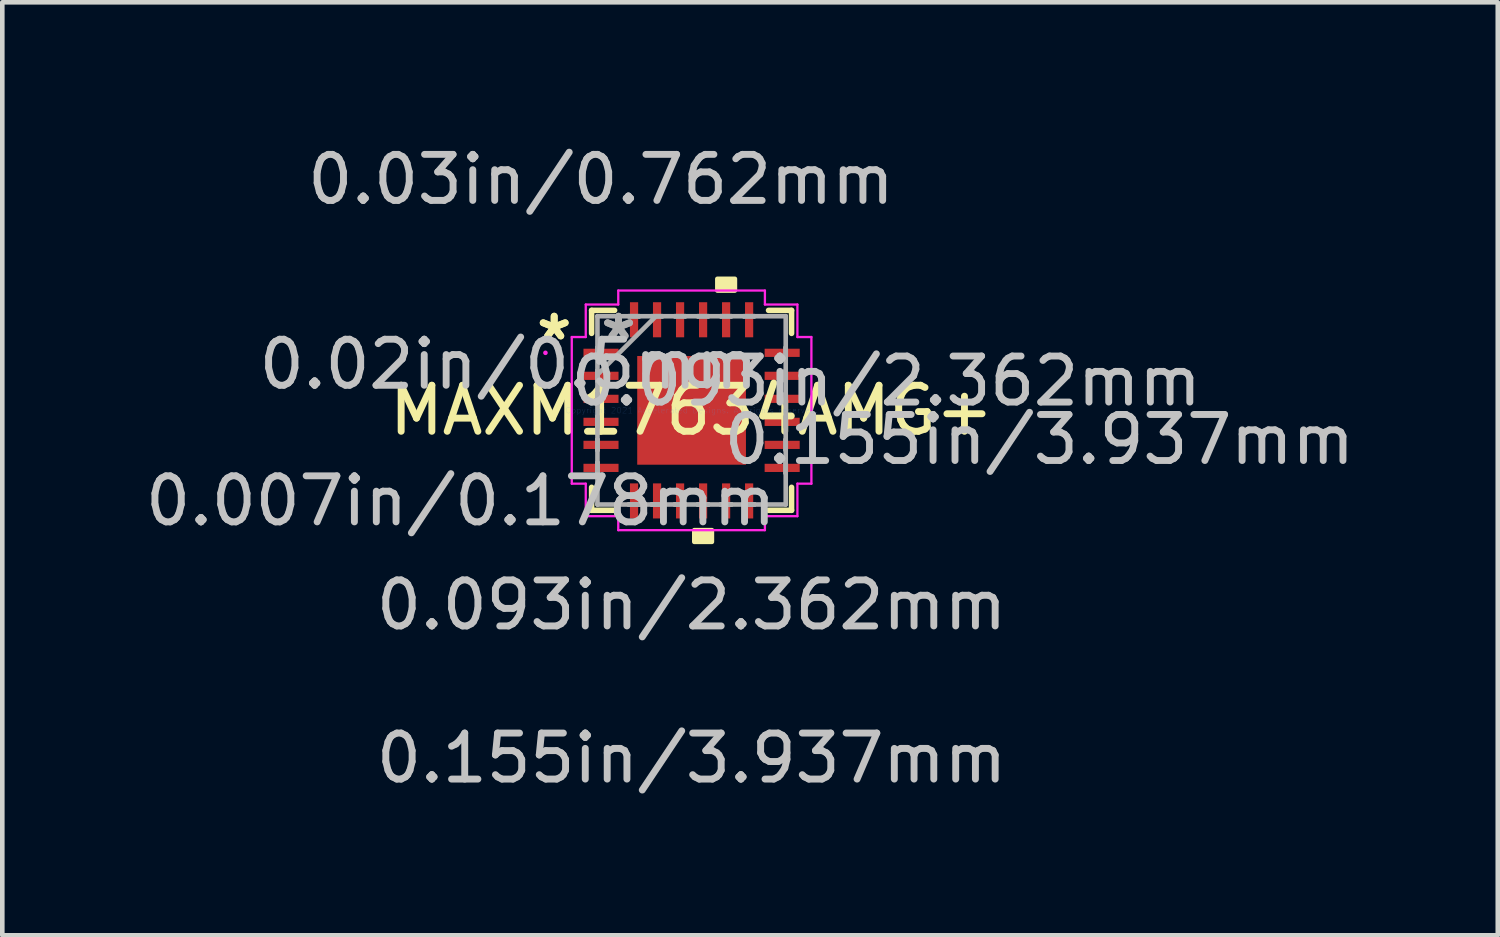
<source format=kicad_pcb>
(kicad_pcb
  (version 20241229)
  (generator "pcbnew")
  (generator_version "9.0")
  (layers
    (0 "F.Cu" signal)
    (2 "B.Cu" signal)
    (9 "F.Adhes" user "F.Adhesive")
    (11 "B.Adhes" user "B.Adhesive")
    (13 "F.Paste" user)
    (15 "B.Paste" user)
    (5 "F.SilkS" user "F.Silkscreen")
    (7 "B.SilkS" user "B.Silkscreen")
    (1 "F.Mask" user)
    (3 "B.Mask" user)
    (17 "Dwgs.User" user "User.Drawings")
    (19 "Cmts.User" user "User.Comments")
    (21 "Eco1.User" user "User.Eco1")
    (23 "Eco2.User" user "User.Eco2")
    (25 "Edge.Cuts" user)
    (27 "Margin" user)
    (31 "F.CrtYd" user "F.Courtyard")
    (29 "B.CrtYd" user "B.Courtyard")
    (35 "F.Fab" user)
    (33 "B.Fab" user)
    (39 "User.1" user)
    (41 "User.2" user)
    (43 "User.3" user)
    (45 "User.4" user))
  (footprint "MAXM17634AMG+"
    (layer "F.Cu")
    (at 11.975 5.865)
    (property "Reference" "MAXM17634AMG+" (at 0 0 0) (layer "F.SilkS") (effects (font (size 1 1) (thickness 0.15))))
    (attr through_hole)
    (fp_line (start -2.172 -2.172) (end -2.172 -1.672) (stroke (width 0.12) (type solid)) (layer "F.SilkS"))
    (fp_line (start -2.172 1.672) (end -2.172 2.172) (stroke (width 0.12) (type solid)) (layer "F.SilkS"))
    (fp_line (start -2.172 2.172) (end -1.672 2.172) (stroke (width 0.12) (type solid)) (layer "F.SilkS"))
    (fp_line (start -1.672 -2.172) (end -2.172 -2.172) (stroke (width 0.12) (type solid)) (layer "F.SilkS"))
    (fp_line (start 1.672 2.172) (end 2.172 2.172) (stroke (width 0.12) (type solid)) (layer "F.SilkS"))
    (fp_line (start 2.172 -2.172) (end 1.672 -2.172) (stroke (width 0.12) (type solid)) (layer "F.SilkS"))
    (fp_line (start 2.172 -1.672) (end 2.172 -2.172) (stroke (width 0.12) (type solid)) (layer "F.SilkS"))
    (fp_line (start 2.172 2.172) (end 2.172 1.672) (stroke (width 0.12) (type solid)) (layer "F.SilkS"))
    (fp_poly (pts (xy 0.059 2.603) (xy 0.059 2.857) (xy 0.441 2.857) (xy 0.441 2.603)) (stroke (width 0.1) (type solid)) (fill yes) (layer "F.SilkS"))
    (fp_poly (pts (xy 0.56 -2.603) (xy 0.56 -2.857) (xy 0.941 -2.857) (xy 0.941 -2.603)) (stroke (width 0.1) (type solid)) (fill yes) (layer "F.SilkS"))
    (fp_line (start -2.603 -1.593) (end -2.299 -1.593) (stroke (width 0.05) (type solid)) (layer "F.CrtYd"))
    (fp_line (start -2.603 1.593) (end -2.603 -1.593) (stroke (width 0.05) (type solid)) (layer "F.CrtYd"))
    (fp_line (start -2.299 -2.299) (end -1.593 -2.299) (stroke (width 0.05) (type solid)) (layer "F.CrtYd"))
    (fp_line (start -2.299 -1.593) (end -2.299 -2.299) (stroke (width 0.05) (type solid)) (layer "F.CrtYd"))
    (fp_line (start -2.299 1.593) (end -2.603 1.593) (stroke (width 0.05) (type solid)) (layer "F.CrtYd"))
    (fp_line (start -2.299 2.299) (end -2.299 1.593) (stroke (width 0.05) (type solid)) (layer "F.CrtYd"))
    (fp_line (start -1.593 -2.603) (end 1.593 -2.603) (stroke (width 0.05) (type solid)) (layer "F.CrtYd"))
    (fp_line (start -1.593 -2.299) (end -1.593 -2.603) (stroke (width 0.05) (type solid)) (layer "F.CrtYd"))
    (fp_line (start -1.593 2.299) (end -2.299 2.299) (stroke (width 0.05) (type solid)) (layer "F.CrtYd"))
    (fp_line (start -1.593 2.603) (end -1.593 2.299) (stroke (width 0.05) (type solid)) (layer "F.CrtYd"))
    (fp_line (start 1.593 -2.603) (end 1.593 -2.299) (stroke (width 0.05) (type solid)) (layer "F.CrtYd"))
    (fp_line (start 1.593 -2.299) (end 2.299 -2.299) (stroke (width 0.05) (type solid)) (layer "F.CrtYd"))
    (fp_line (start 1.593 2.299) (end 1.593 2.603) (stroke (width 0.05) (type solid)) (layer "F.CrtYd"))
    (fp_line (start 1.593 2.603) (end -1.593 2.603) (stroke (width 0.05) (type solid)) (layer "F.CrtYd"))
    (fp_line (start 2.299 -2.299) (end 2.299 -1.593) (stroke (width 0.05) (type solid)) (layer "F.CrtYd"))
    (fp_line (start 2.299 -1.593) (end 2.603 -1.593) (stroke (width 0.05) (type solid)) (layer "F.CrtYd"))
    (fp_line (start 2.299 1.593) (end 2.299 2.299) (stroke (width 0.05) (type solid)) (layer "F.CrtYd"))
    (fp_line (start 2.299 2.299) (end 1.593 2.299) (stroke (width 0.05) (type solid)) (layer "F.CrtYd"))
    (fp_line (start 2.603 -1.593) (end 2.603 1.593) (stroke (width 0.05) (type solid)) (layer "F.CrtYd"))
    (fp_line (start 2.603 1.593) (end 2.299 1.593) (stroke (width 0.05) (type solid)) (layer "F.CrtYd"))
    (fp_circle (center -3.175 -1.25) (end -3.175 -1.25) (stroke (width 0.05) (type solid)) (fill no) (layer "F.CrtYd"))
    (fp_line (start -2.045 -2.045) (end -2.045 -2.045) (stroke (width 0.1) (type solid)) (layer "F.Fab"))
    (fp_line (start -2.045 -2.045) (end -2.045 2.045) (stroke (width 0.1) (type solid)) (layer "F.Fab"))
    (fp_line (start -2.045 -1.364) (end -2.045 -1.364) (stroke (width 0.1) (type solid)) (layer "F.Fab"))
    (fp_line (start -2.045 -1.364) (end -2.045 -1.136) (stroke (width 0.1) (type solid)) (layer "F.Fab"))
    (fp_line (start -2.045 -1.136) (end -2.045 -1.364) (stroke (width 0.1) (type solid)) (layer "F.Fab"))
    (fp_line (start -2.045 -1.136) (end -2.045 -1.136) (stroke (width 0.1) (type solid)) (layer "F.Fab"))
    (fp_line (start -2.045 -0.864) (end -2.045 -0.864) (stroke (width 0.1) (type solid)) (layer "F.Fab"))
    (fp_line (start -2.045 -0.864) (end -2.045 -0.636) (stroke (width 0.1) (type solid)) (layer "F.Fab"))
    (fp_line (start -2.045 -0.775) (end -0.775 -2.045) (stroke (width 0.1) (type solid)) (layer "F.Fab"))
    (fp_line (start -2.045 -0.636) (end -2.045 -0.864) (stroke (width 0.1) (type solid)) (layer "F.Fab"))
    (fp_line (start -2.045 -0.636) (end -2.045 -0.636) (stroke (width 0.1) (type solid)) (layer "F.Fab"))
    (fp_line (start -2.045 -0.364) (end -2.045 -0.364) (stroke (width 0.1) (type solid)) (layer "F.Fab"))
    (fp_line (start -2.045 -0.364) (end -2.045 -0.136) (stroke (width 0.1) (type solid)) (layer "F.Fab"))
    (fp_line (start -2.045 -0.136) (end -2.045 -0.364) (stroke (width 0.1) (type solid)) (layer "F.Fab"))
    (fp_line (start -2.045 -0.136) (end -2.045 -0.136) (stroke (width 0.1) (type solid)) (layer "F.Fab"))
    (fp_line (start -2.045 0.136) (end -2.045 0.136) (stroke (width 0.1) (type solid)) (layer "F.Fab"))
    (fp_line (start -2.045 0.136) (end -2.045 0.364) (stroke (width 0.1) (type solid)) (layer "F.Fab"))
    (fp_line (start -2.045 0.364) (end -2.045 0.136) (stroke (width 0.1) (type solid)) (layer "F.Fab"))
    (fp_line (start -2.045 0.364) (end -2.045 0.364) (stroke (width 0.1) (type solid)) (layer "F.Fab"))
    (fp_line (start -2.045 0.636) (end -2.045 0.636) (stroke (width 0.1) (type solid)) (layer "F.Fab"))
    (fp_line (start -2.045 0.636) (end -2.045 0.864) (stroke (width 0.1) (type solid)) (layer "F.Fab"))
    (fp_line (start -2.045 0.864) (end -2.045 0.636) (stroke (width 0.1) (type solid)) (layer "F.Fab"))
    (fp_line (start -2.045 0.864) (end -2.045 0.864) (stroke (width 0.1) (type solid)) (layer "F.Fab"))
    (fp_line (start -2.045 1.136) (end -2.045 1.136) (stroke (width 0.1) (type solid)) (layer "F.Fab"))
    (fp_line (start -2.045 1.136) (end -2.045 1.364) (stroke (width 0.1) (type solid)) (layer "F.Fab"))
    (fp_line (start -2.045 1.364) (end -2.045 1.136) (stroke (width 0.1) (type solid)) (layer "F.Fab"))
    (fp_line (start -2.045 1.364) (end -2.045 1.364) (stroke (width 0.1) (type solid)) (layer "F.Fab"))
    (fp_line (start -2.045 2.045) (end -2.045 2.045) (stroke (width 0.1) (type solid)) (layer "F.Fab"))
    (fp_line (start -2.045 2.045) (end 2.045 2.045) (stroke (width 0.1) (type solid)) (layer "F.Fab"))
    (fp_line (start -1.364 -2.045) (end -1.364 -2.045) (stroke (width 0.1) (type solid)) (layer "F.Fab"))
    (fp_line (start -1.364 -2.045) (end -1.136 -2.045) (stroke (width 0.1) (type solid)) (layer "F.Fab"))
    (fp_line (start -1.364 2.045) (end -1.364 2.045) (stroke (width 0.1) (type solid)) (layer "F.Fab"))
    (fp_line (start -1.364 2.045) (end -1.136 2.045) (stroke (width 0.1) (type solid)) (layer "F.Fab"))
    (fp_line (start -1.136 -2.045) (end -1.364 -2.045) (stroke (width 0.1) (type solid)) (layer "F.Fab"))
    (fp_line (start -1.136 -2.045) (end -1.136 -2.045) (stroke (width 0.1) (type solid)) (layer "F.Fab"))
    (fp_line (start -1.136 2.045) (end -1.364 2.045) (stroke (width 0.1) (type solid)) (layer "F.Fab"))
    (fp_line (start -1.136 2.045) (end -1.136 2.045) (stroke (width 0.1) (type solid)) (layer "F.Fab"))
    (fp_line (start -0.864 -2.045) (end -0.864 -2.045) (stroke (width 0.1) (type solid)) (layer "F.Fab"))
    (fp_line (start -0.864 -2.045) (end -0.636 -2.045) (stroke (width 0.1) (type solid)) (layer "F.Fab"))
    (fp_line (start -0.864 2.045) (end -0.864 2.045) (stroke (width 0.1) (type solid)) (layer "F.Fab"))
    (fp_line (start -0.864 2.045) (end -0.636 2.045) (stroke (width 0.1) (type solid)) (layer "F.Fab"))
    (fp_line (start -0.636 -2.045) (end -0.864 -2.045) (stroke (width 0.1) (type solid)) (layer "F.Fab"))
    (fp_line (start -0.636 -2.045) (end -0.636 -2.045) (stroke (width 0.1) (type solid)) (layer "F.Fab"))
    (fp_line (start -0.636 2.045) (end -0.864 2.045) (stroke (width 0.1) (type solid)) (layer "F.Fab"))
    (fp_line (start -0.636 2.045) (end -0.636 2.045) (stroke (width 0.1) (type solid)) (layer "F.Fab"))
    (fp_line (start -0.364 -2.045) (end -0.364 -2.045) (stroke (width 0.1) (type solid)) (layer "F.Fab"))
    (fp_line (start -0.364 -2.045) (end -0.136 -2.045) (stroke (width 0.1) (type solid)) (layer "F.Fab"))
    (fp_line (start -0.364 2.045) (end -0.364 2.045) (stroke (width 0.1) (type solid)) (layer "F.Fab"))
    (fp_line (start -0.364 2.045) (end -0.136 2.045) (stroke (width 0.1) (type solid)) (layer "F.Fab"))
    (fp_line (start -0.136 -2.045) (end -0.364 -2.045) (stroke (width 0.1) (type solid)) (layer "F.Fab"))
    (fp_line (start -0.136 -2.045) (end -0.136 -2.045) (stroke (width 0.1) (type solid)) (layer "F.Fab"))
    (fp_line (start -0.136 2.045) (end -0.364 2.045) (stroke (width 0.1) (type solid)) (layer "F.Fab"))
    (fp_line (start -0.136 2.045) (end -0.136 2.045) (stroke (width 0.1) (type solid)) (layer "F.Fab"))
    (fp_line (start 0.136 -2.045) (end 0.136 -2.045) (stroke (width 0.1) (type solid)) (layer "F.Fab"))
    (fp_line (start 0.136 -2.045) (end 0.364 -2.045) (stroke (width 0.1) (type solid)) (layer "F.Fab"))
    (fp_line (start 0.136 2.045) (end 0.136 2.045) (stroke (width 0.1) (type solid)) (layer "F.Fab"))
    (fp_line (start 0.136 2.045) (end 0.364 2.045) (stroke (width 0.1) (type solid)) (layer "F.Fab"))
    (fp_line (start 0.364 -2.045) (end 0.136 -2.045) (stroke (width 0.1) (type solid)) (layer "F.Fab"))
    (fp_line (start 0.364 -2.045) (end 0.364 -2.045) (stroke (width 0.1) (type solid)) (layer "F.Fab"))
    (fp_line (start 0.364 2.045) (end 0.136 2.045) (stroke (width 0.1) (type solid)) (layer "F.Fab"))
    (fp_line (start 0.364 2.045) (end 0.364 2.045) (stroke (width 0.1) (type solid)) (layer "F.Fab"))
    (fp_line (start 0.636 -2.045) (end 0.636 -2.045) (stroke (width 0.1) (type solid)) (layer "F.Fab"))
    (fp_line (start 0.636 -2.045) (end 0.864 -2.045) (stroke (width 0.1) (type solid)) (layer "F.Fab"))
    (fp_line (start 0.636 2.045) (end 0.636 2.045) (stroke (width 0.1) (type solid)) (layer "F.Fab"))
    (fp_line (start 0.636 2.045) (end 0.864 2.045) (stroke (width 0.1) (type solid)) (layer "F.Fab"))
    (fp_line (start 0.864 -2.045) (end 0.636 -2.045) (stroke (width 0.1) (type solid)) (layer "F.Fab"))
    (fp_line (start 0.864 -2.045) (end 0.864 -2.045) (stroke (width 0.1) (type solid)) (layer "F.Fab"))
    (fp_line (start 0.864 2.045) (end 0.636 2.045) (stroke (width 0.1) (type solid)) (layer "F.Fab"))
    (fp_line (start 0.864 2.045) (end 0.864 2.045) (stroke (width 0.1) (type solid)) (layer "F.Fab"))
    (fp_line (start 1.136 -2.045) (end 1.136 -2.045) (stroke (width 0.1) (type solid)) (layer "F.Fab"))
    (fp_line (start 1.136 -2.045) (end 1.364 -2.045) (stroke (width 0.1) (type solid)) (layer "F.Fab"))
    (fp_line (start 1.136 2.045) (end 1.136 2.045) (stroke (width 0.1) (type solid)) (layer "F.Fab"))
    (fp_line (start 1.136 2.045) (end 1.364 2.045) (stroke (width 0.1) (type solid)) (layer "F.Fab"))
    (fp_line (start 1.364 -2.045) (end 1.136 -2.045) (stroke (width 0.1) (type solid)) (layer "F.Fab"))
    (fp_line (start 1.364 -2.045) (end 1.364 -2.045) (stroke (width 0.1) (type solid)) (layer "F.Fab"))
    (fp_line (start 1.364 2.045) (end 1.136 2.045) (stroke (width 0.1) (type solid)) (layer "F.Fab"))
    (fp_line (start 1.364 2.045) (end 1.364 2.045) (stroke (width 0.1) (type solid)) (layer "F.Fab"))
    (fp_line (start 2.045 -2.045) (end -2.045 -2.045) (stroke (width 0.1) (type solid)) (layer "F.Fab"))
    (fp_line (start 2.045 -2.045) (end 2.045 -2.045) (stroke (width 0.1) (type solid)) (layer "F.Fab"))
    (fp_line (start 2.045 -1.364) (end 2.045 -1.364) (stroke (width 0.1) (type solid)) (layer "F.Fab"))
    (fp_line (start 2.045 -1.364) (end 2.045 -1.136) (stroke (width 0.1) (type solid)) (layer "F.Fab"))
    (fp_line (start 2.045 -1.136) (end 2.045 -1.364) (stroke (width 0.1) (type solid)) (layer "F.Fab"))
    (fp_line (start 2.045 -1.136) (end 2.045 -1.136) (stroke (width 0.1) (type solid)) (layer "F.Fab"))
    (fp_line (start 2.045 -0.864) (end 2.045 -0.864) (stroke (width 0.1) (type solid)) (layer "F.Fab"))
    (fp_line (start 2.045 -0.864) (end 2.045 -0.636) (stroke (width 0.1) (type solid)) (layer "F.Fab"))
    (fp_line (start 2.045 -0.636) (end 2.045 -0.864) (stroke (width 0.1) (type solid)) (layer "F.Fab"))
    (fp_line (start 2.045 -0.636) (end 2.045 -0.636) (stroke (width 0.1) (type solid)) (layer "F.Fab"))
    (fp_line (start 2.045 -0.364) (end 2.045 -0.364) (stroke (width 0.1) (type solid)) (layer "F.Fab"))
    (fp_line (start 2.045 -0.364) (end 2.045 -0.136) (stroke (width 0.1) (type solid)) (layer "F.Fab"))
    (fp_line (start 2.045 -0.136) (end 2.045 -0.364) (stroke (width 0.1) (type solid)) (layer "F.Fab"))
    (fp_line (start 2.045 -0.136) (end 2.045 -0.136) (stroke (width 0.1) (type solid)) (layer "F.Fab"))
    (fp_line (start 2.045 0.136) (end 2.045 0.136) (stroke (width 0.1) (type solid)) (layer "F.Fab"))
    (fp_line (start 2.045 0.136) (end 2.045 0.364) (stroke (width 0.1) (type solid)) (layer "F.Fab"))
    (fp_line (start 2.045 0.364) (end 2.045 0.136) (stroke (width 0.1) (type solid)) (layer "F.Fab"))
    (fp_line (start 2.045 0.364) (end 2.045 0.364) (stroke (width 0.1) (type solid)) (layer "F.Fab"))
    (fp_line (start 2.045 0.636) (end 2.045 0.636) (stroke (width 0.1) (type solid)) (layer "F.Fab"))
    (fp_line (start 2.045 0.636) (end 2.045 0.864) (stroke (width 0.1) (type solid)) (layer "F.Fab"))
    (fp_line (start 2.045 0.864) (end 2.045 0.636) (stroke (width 0.1) (type solid)) (layer "F.Fab"))
    (fp_line (start 2.045 0.864) (end 2.045 0.864) (stroke (width 0.1) (type solid)) (layer "F.Fab"))
    (fp_line (start 2.045 1.136) (end 2.045 1.136) (stroke (width 0.1) (type solid)) (layer "F.Fab"))
    (fp_line (start 2.045 1.136) (end 2.045 1.364) (stroke (width 0.1) (type solid)) (layer "F.Fab"))
    (fp_line (start 2.045 1.364) (end 2.045 1.136) (stroke (width 0.1) (type solid)) (layer "F.Fab"))
    (fp_line (start 2.045 1.364) (end 2.045 1.364) (stroke (width 0.1) (type solid)) (layer "F.Fab"))
    (fp_line (start 2.045 2.045) (end 2.045 -2.045) (stroke (width 0.1) (type solid)) (layer "F.Fab"))
    (fp_line (start 2.045 2.045) (end 2.045 2.045) (stroke (width 0.1) (type solid)) (layer "F.Fab"))
    (fp_text user "*" (at -2.985 -1.5 0) (layer "F.SilkS") (effects (font (size 1 1) (thickness 0.15))))
    (fp_text user "*" (at -2.985 -1.5 0) (layer "F.SilkS") (effects (font (size 1 1) (thickness 0.15))))
    (fp_text user "0.093in/2.362mm" (at 4.229 -0.635 0) (layer "Dwgs.User") (effects (font (size 1 1) (thickness 0.15))))
    (fp_text user "0.007in/0.178mm" (at -5.016 1.968 0) (layer "Dwgs.User") (effects (font (size 1 1) (thickness 0.15))))
    (fp_text user "0.155in/3.937mm" (at 7.556 0.635 0) (layer "Dwgs.User") (effects (font (size 1 1) (thickness 0.15))))
    (fp_text user "0.03in/0.762mm" (at -1.968 -5.016 0) (layer "Dwgs.User") (effects (font (size 1 1) (thickness 0.15))))
    (fp_text user "0.02in/0.5mm" (at -3.975 -1 0) (layer "Dwgs.User") (effects (font (size 1 1) (thickness 0.15))))
    (fp_text user "0.155in/3.937mm" (at 0 7.556 0) (layer "Dwgs.User") (effects (font (size 1 1) (thickness 0.15))))
    (fp_text user "0.093in/2.362mm" (at 0 4.229 0) (layer "Dwgs.User") (effects (font (size 1 1) (thickness 0.15))))
    (fp_text user "Copyright 2021 Accelerated Designs. All rights reserved." (at 0 0 0) (layer "Cmts.User") (effects (font (size 0.127 0.127) (thickness 0.002))))
    (fp_text user "*" (at -1.587 -1.5 0) (layer "F.Fab") (effects (font (size 1 1) (thickness 0.15))))
    (fp_text user "*" (at -1.587 -1.5 0) (layer "F.Fab") (effects (font (size 1 1) (thickness 0.15))))
    (pad "1" smd rect (at -1.968 -1.25 90) (size 0.178 0.762) (layers "F.Cu" "F.Mask" "F.Paste"))
    (pad "2" smd rect (at -1.968 -0.75 90) (size 0.178 0.762) (layers "F.Cu" "F.Mask" "F.Paste"))
    (pad "3" smd rect (at -1.968 -0.25 90) (size 0.178 0.762) (layers "F.Cu" "F.Mask" "F.Paste"))
    (pad "4" smd rect (at -1.968 0.25 90) (size 0.178 0.762) (layers "F.Cu" "F.Mask" "F.Paste"))
    (pad "5" smd rect (at -1.968 0.75 90) (size 0.178 0.762) (layers "F.Cu" "F.Mask" "F.Paste"))
    (pad "6" smd rect (at -1.968 1.25 90) (size 0.178 0.762) (layers "F.Cu" "F.Mask" "F.Paste"))
    (pad "7" smd rect (at -1.25 1.968) (size 0.178 0.762) (layers "F.Cu" "F.Mask" "F.Paste"))
    (pad "8" smd rect (at -0.75 1.968) (size 0.178 0.762) (layers "F.Cu" "F.Mask" "F.Paste"))
    (pad "9" smd rect (at -0.25 1.968) (size 0.178 0.762) (layers "F.Cu" "F.Mask" "F.Paste"))
    (pad "10" smd rect (at 0.25 1.968) (size 0.178 0.762) (layers "F.Cu" "F.Mask" "F.Paste"))
    (pad "11" smd rect (at 0.75 1.968) (size 0.178 0.762) (layers "F.Cu" "F.Mask" "F.Paste"))
    (pad "12" smd rect (at 1.25 1.968) (size 0.178 0.762) (layers "F.Cu" "F.Mask" "F.Paste"))
    (pad "13" smd rect (at 1.968 1.25 90) (size 0.178 0.762) (layers "F.Cu" "F.Mask" "F.Paste"))
    (pad "14" smd rect (at 1.968 0.75 90) (size 0.178 0.762) (layers "F.Cu" "F.Mask" "F.Paste"))
    (pad "15" smd rect (at 1.968 0.25 90) (size 0.178 0.762) (layers "F.Cu" "F.Mask" "F.Paste"))
    (pad "16" smd rect (at 1.968 -0.25 90) (size 0.178 0.762) (layers "F.Cu" "F.Mask" "F.Paste"))
    (pad "17" smd rect (at 1.968 -0.75 90) (size 0.178 0.762) (layers "F.Cu" "F.Mask" "F.Paste"))
    (pad "18" smd rect (at 1.968 -1.25 90) (size 0.178 0.762) (layers "F.Cu" "F.Mask" "F.Paste"))
    (pad "19" smd rect (at 1.25 -1.968) (size 0.178 0.762) (layers "F.Cu" "F.Mask" "F.Paste"))
    (pad "20" smd rect (at 0.75 -1.968) (size 0.178 0.762) (layers "F.Cu" "F.Mask" "F.Paste"))
    (pad "21" smd rect (at 0.25 -1.968) (size 0.178 0.762) (layers "F.Cu" "F.Mask" "F.Paste"))
    (pad "22" smd rect (at -0.25 -1.968) (size 0.178 0.762) (layers "F.Cu" "F.Mask" "F.Paste"))
    (pad "23" smd rect (at -0.75 -1.968) (size 0.178 0.762) (layers "F.Cu" "F.Mask" "F.Paste"))
    (pad "24" smd rect (at -1.25 -1.968) (size 0.178 0.762) (layers "F.Cu" "F.Mask" "F.Paste"))
    (pad "25" smd rect (at 0 0) (size 2.362 2.362) (layers "F.Cu" "F.Mask" "F.Paste")))
  (gr_rect
    (start -3 -3)
    (end 29.49 17.27)
    (stroke (width 0.1) (type default))
    (fill no)
    (layer "Edge.Cuts")))
</source>
